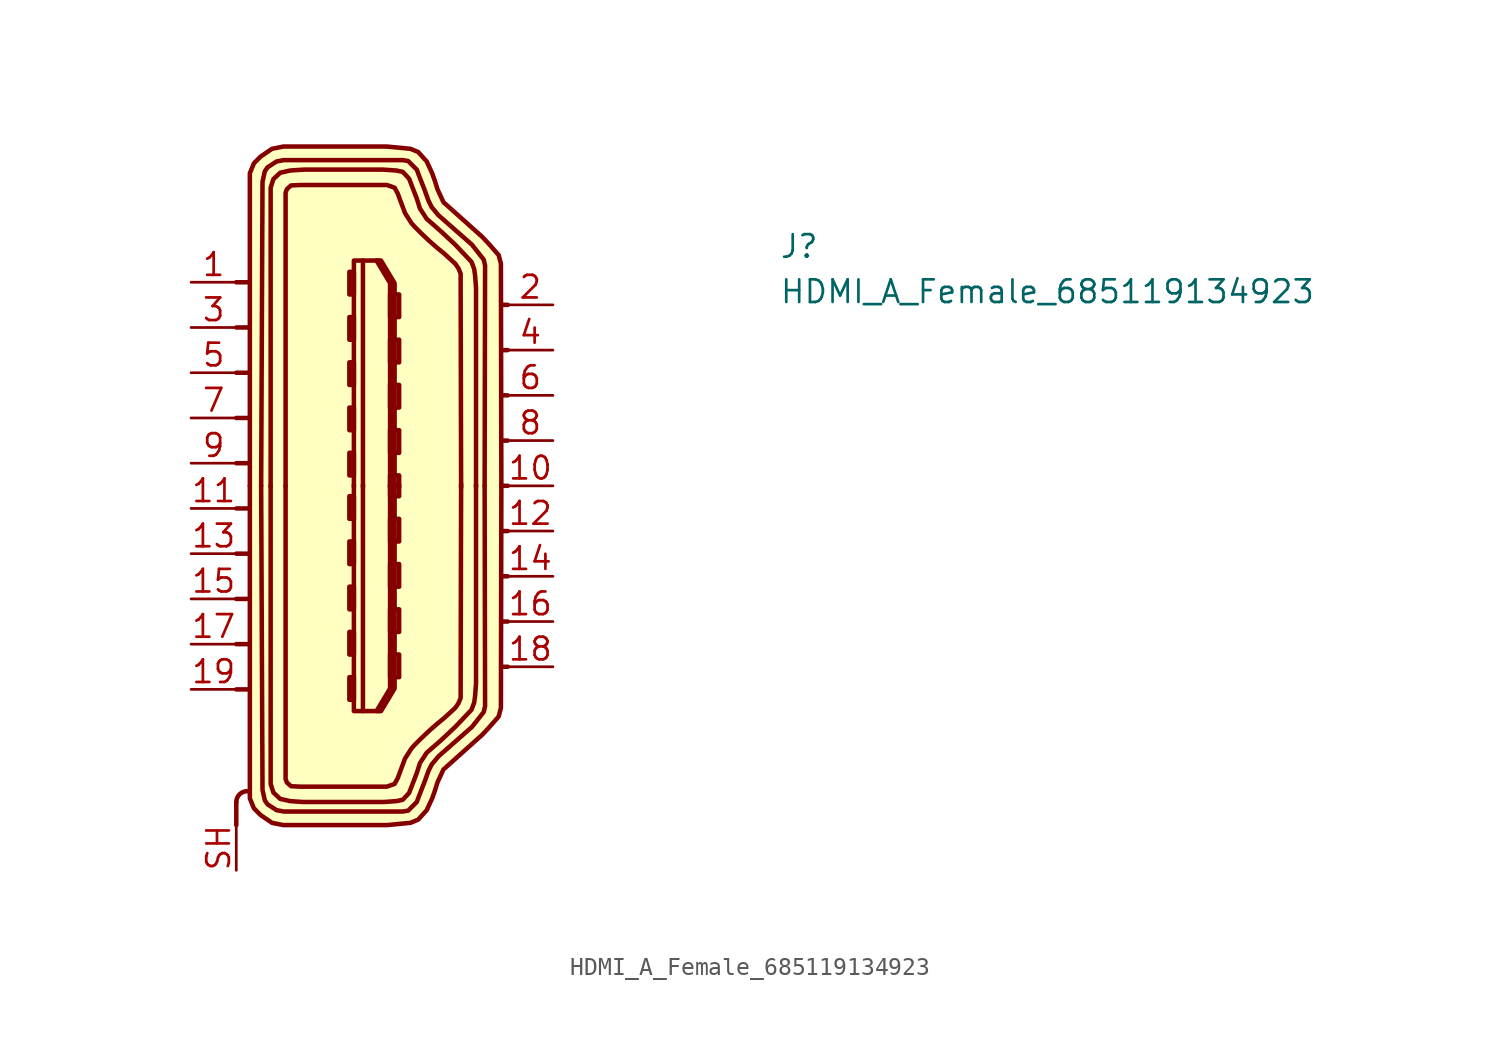
<source format=kicad_sym>
(kicad_symbol_lib
  (version 20211014)
  (generator kicad_symbol_editor)
  (symbol "HDMI_A_Female_685119134923"
    (property "Reference" "J"
      (at 33.02 1.27 0)
      (effects (font (size 1.27 1.27) (thickness 0.15)) (justify left bottom)))
    (property "Value" "HDMI_A_Female_685119134923"
      (at 33.02 -1.27 0)
      (effects (font (size 1.27 1.27) (thickness 0.15)) (justify left bottom)))
    (symbol "HDMI_A_Female_685119134923_1_1"
      (polyline (pts (xy 2.54 -29.21) (xy 2.54 -30.48)) (stroke (width 0.254) (type default) (color 0 0 0 0)) (fill (type none)))
      (polyline (pts (xy 3.175 -22.86) (xy 2.54 -22.86)) (stroke (width 0.254) (type default) (color 0 0 0 0)) (fill (type background)))
      (polyline (pts (xy 3.175 -20.32) (xy 2.54 -20.32)) (stroke (width 0.254) (type default) (color 0 0 0 0)) (fill (type background)))
      (polyline (pts (xy 3.175 -17.78) (xy 2.54 -17.78)) (stroke (width 0.254) (type default) (color 0 0 0 0)) (fill (type background)))
      (polyline (pts (xy 3.175 -15.24) (xy 2.54 -15.24)) (stroke (width 0.254) (type default) (color 0 0 0 0)) (fill (type background)))
      (polyline (pts (xy 3.175 -12.7) (xy 2.54 -12.7)) (stroke (width 0.254) (type default) (color 0 0 0 0)) (fill (type background)))
      (polyline (pts (xy 3.175 -10.16) (xy 2.54 -10.16)) (stroke (width 0.254) (type default) (color 0 0 0 0)) (fill (type background)))
      (polyline (pts (xy 3.175 -7.62) (xy 2.54 -7.62)) (stroke (width 0.254) (type default) (color 0 0 0 0)) (fill (type background)))
      (polyline (pts (xy 3.175 -5.08) (xy 2.54 -5.08)) (stroke (width 0.254) (type default) (color 0 0 0 0)) (fill (type background)))
      (polyline (pts (xy 3.175 -2.54) (xy 2.54 -2.54)) (stroke (width 0.254) (type default) (color 0 0 0 0)) (fill (type background)))
      (polyline (pts (xy 3.175 0) (xy 2.54 0)) (stroke (width 0.254) (type default) (color 0 0 0 0)) (fill (type background)))
      (polyline (pts (xy 9.652 -11.481) (xy 9.652 1.219)) (stroke (width 0.254) (type default) (color 0 0 0 0)) (fill (type background)))
      (polyline (pts (xy 9.652 -11.379) (xy 9.652 -24.079)) (stroke (width 0.254) (type default) (color 0 0 0 0)) (fill (type background)))
      (polyline (pts (xy 10.541 -24.079) (xy 11.303 -22.809)) (stroke (width 0.254) (type default) (color 0 0 0 0)) (fill (type background)))
      (polyline (pts (xy 10.541 1.219) (xy 11.303 -0.051)) (stroke (width 0.254) (type default) (color 0 0 0 0)) (fill (type background)))
      (polyline (pts (xy 11.303 -22.809) (xy 11.303 -11.379)) (stroke (width 0.254) (type default) (color 0 0 0 0)) (fill (type background)))
      (polyline (pts (xy 11.303 -0.051) (xy 11.303 -11.481)) (stroke (width 0.254) (type default) (color 0 0 0 0)) (fill (type background)))
      (polyline (pts (xy 17.78 -21.59) (xy 17.526 -21.59)) (stroke (width 0.254) (type default) (color 0 0 0 0)) (fill (type none)))
      (polyline (pts (xy 17.78 -19.05) (xy 17.526 -19.05)) (stroke (width 0.254) (type default) (color 0 0 0 0)) (fill (type none)))
      (polyline (pts (xy 17.78 -16.51) (xy 17.526 -16.51)) (stroke (width 0.254) (type default) (color 0 0 0 0)) (fill (type none)))
      (polyline (pts (xy 17.78 -13.97) (xy 17.526 -13.97)) (stroke (width 0.254) (type default) (color 0 0 0 0)) (fill (type none)))
      (polyline (pts (xy 17.78 -11.43) (xy 17.526 -11.43)) (stroke (width 0.254) (type default) (color 0 0 0 0)) (fill (type none)))
      (polyline (pts (xy 17.78 -8.89) (xy 17.526 -8.89)) (stroke (width 0.254) (type default) (color 0 0 0 0)) (fill (type none)))
      (polyline (pts (xy 17.78 -6.35) (xy 17.526 -6.35)) (stroke (width 0.254) (type default) (color 0 0 0 0)) (fill (type none)))
      (polyline (pts (xy 17.78 -3.81) (xy 17.526 -3.81)) (stroke (width 0.254) (type default) (color 0 0 0 0)) (fill (type none)))
      (polyline (pts (xy 17.78 -1.27) (xy 17.526 -1.27)) (stroke (width 0.254) (type default) (color 0 0 0 0)) (fill (type none)))
      (polyline (pts (xy 10.414 -24.079) (xy 11.176 -22.809) (xy 11.176 -11.379)) (stroke (width 0.254) (type default) (color 0 0 0 0)) (fill (type background)))
      (polyline (pts (xy 10.414 1.219) (xy 11.176 -0.051) (xy 11.176 -11.481)) (stroke (width 0.254) (type default) (color 0 0 0 0)) (fill (type background)))
      (polyline (pts (xy 9.144 -11.481) (xy 9.144 1.219) (xy 10.668 1.219) (xy 11.43 -0.051) (xy 11.43 -11.481)) (stroke (width 0.254) (type default) (color 0 0 0 0)) (fill (type background)))
      (polyline (pts (xy 9.144 -11.379) (xy 9.144 -24.079) (xy 10.668 -24.079) (xy 11.43 -22.809) (xy 11.43 -11.379)) (stroke (width 0.254) (type default) (color 0 0 0 0)) (fill (type background)))
      (polyline (pts (xy 3.937 -11.43) (xy 4.013 -28.499) (xy 4.14 -29.083) (xy 4.293 -29.312) (xy 4.801 -29.642) (xy 5.207 -29.718) (xy 6.553 -29.718) (xy 11.887 -29.718) (xy 12.192 -29.667) (xy 12.37 -29.489) (xy 12.675 -29.185) (xy 12.827 -28.778) (xy 13.106 -28.067) (xy 13.335 -27.432) (xy 13.513 -27.076) (xy 13.894 -26.619) (xy 15.773 -24.968) (xy 16.434 -24.13) (xy 16.51 -23.8) (xy 16.485 -11.43)) (stroke (width 0.254) (type default) (color 0 0 0 0)) (fill (type background)))
      (polyline (pts (xy 3.937 -11.43) (xy 4.013 5.639) (xy 4.14 6.223) (xy 4.293 6.452) (xy 4.801 6.782) (xy 5.207 6.858) (xy 6.553 6.858) (xy 11.887 6.858) (xy 12.192 6.807) (xy 12.37 6.629) (xy 12.675 6.325) (xy 12.827 5.918) (xy 13.106 5.207) (xy 13.335 4.572) (xy 13.513 4.216) (xy 13.894 3.759) (xy 15.773 2.108) (xy 16.434 1.27) (xy 16.51 0.94) (xy 16.485 -11.43)) (stroke (width 0.254) (type default) (color 0 0 0 0)) (fill (type background)))
      (polyline (pts (xy 17.424 -11.455) (xy 17.399 1.041) (xy 17.272 1.524) (xy 16.739 2.134) (xy 16.358 2.54) (xy 14.173 4.496) (xy 13.843 5.207) (xy 13.691 5.69) (xy 13.538 6.121) (xy 13.233 6.782) (xy 12.751 7.315) (xy 12.319 7.493) (xy 10.998 7.62) (xy 5.182 7.62) (xy 4.547 7.493) (xy 3.912 7.061) (xy 3.531 6.68) (xy 3.302 6.121) (xy 3.302 4.801) (xy 3.302 -11.43)) (stroke (width 0.254) (type default) (color 0 0 0 0)) (fill (type background)))
      (polyline (pts (xy 17.424 -11.405) (xy 17.399 -23.901) (xy 17.272 -24.384) (xy 16.739 -24.994) (xy 16.358 -25.4) (xy 14.173 -27.356) (xy 13.843 -28.067) (xy 13.691 -28.55) (xy 13.538 -28.981) (xy 13.233 -29.642) (xy 12.751 -30.175) (xy 12.319 -30.353) (xy 10.998 -30.48) (xy 5.182 -30.48) (xy 4.547 -30.353) (xy 3.912 -29.921) (xy 3.531 -29.54) (xy 3.302 -28.981) (xy 3.302 -27.661) (xy 3.302 -11.43)) (stroke (width 0.254) (type default) (color 0 0 0 0)) (fill (type background)))
      (polyline (pts (xy 4.47 -11.455) (xy 4.47 5.309) (xy 4.623 5.791) (xy 5.004 6.147) (xy 5.563 6.274) (xy 6.325 6.325) (xy 10.795 6.325) (xy 11.532 6.274) (xy 11.887 6.198) (xy 12.243 5.817) (xy 12.675 4.699) (xy 12.852 4.14) (xy 13.233 3.556) (xy 14.021 2.87) (xy 14.834 2.108) (xy 15.316 1.6) (xy 15.748 1.143) (xy 15.9 0.737) (xy 15.951 0.356) (xy 16.002 -0.33) (xy 16.002 -11.481)) (stroke (width 0.254) (type default) (color 0 0 0 0)) (fill (type background)))
      (polyline (pts (xy 4.47 -11.405) (xy 4.47 -28.169) (xy 4.623 -28.651) (xy 5.004 -29.007) (xy 5.563 -29.134) (xy 6.325 -29.185) (xy 10.795 -29.185) (xy 11.532 -29.134) (xy 11.887 -29.058) (xy 12.243 -28.677) (xy 12.675 -27.559) (xy 12.852 -27) (xy 13.233 -26.416) (xy 14.021 -25.73) (xy 14.834 -24.968) (xy 15.316 -24.46) (xy 15.748 -24.003) (xy 15.9 -23.597) (xy 15.951 -23.216) (xy 16.002 -22.53) (xy 16.002 -11.379)) (stroke (width 0.254) (type default) (color 0 0 0 0)) (fill (type background)))
      (polyline (pts (xy 5.309 -11.43) (xy 5.309 -27.889) (xy 5.385 -28.092) (xy 5.613 -28.296) (xy 6.121 -28.321) (xy 10.998 -28.321) (xy 11.43 -28.169) (xy 11.608 -27.838) (xy 11.862 -27.153) (xy 12.014 -26.746) (xy 12.37 -26.187) (xy 12.548 -25.984) (xy 12.751 -25.781) (xy 12.903 -25.629) (xy 13.386 -25.171) (xy 13.792 -24.816) (xy 14.224 -24.46) (xy 14.529 -24.181) (xy 14.834 -23.901) (xy 15.011 -23.647) (xy 15.138 -23.343) (xy 15.138 -22.962) (xy 15.164 -11.328)) (stroke (width 0.254) (type default) (color 0 0 0 0)) (fill (type background)))
      (polyline (pts (xy 5.309 -11.43) (xy 5.309 5.029) (xy 5.385 5.232) (xy 5.613 5.436) (xy 6.121 5.461) (xy 10.998 5.461) (xy 11.43 5.309) (xy 11.608 4.978) (xy 11.862 4.293) (xy 12.014 3.886) (xy 12.37 3.327) (xy 12.548 3.124) (xy 12.751 2.921) (xy 12.903 2.769) (xy 13.386 2.311) (xy 13.792 1.956) (xy 14.224 1.6) (xy 14.529 1.321) (xy 14.834 1.041) (xy 15.011 0.787) (xy 15.138 0.483) (xy 15.138 0.102) (xy 15.164 -11.532)) (stroke (width 0.254) (type default) (color 0 0 0 0)) (fill (type background)))
      (arc (start 3.175 -28.575) (mid 2.7175 -28.7592) (end 2.54 -29.21) (stroke (width 0.254) (type default) (color 0 0 0 0)) (fill (type none)))
      (rectangle (start 8.89 -23.444) (end 9.144 -22.174) (stroke (width 0.254) (type default) (color 0 0 0 0)) (fill (type background)))
      (rectangle (start 8.89 -20.904) (end 9.144 -19.634) (stroke (width 0.254) (type default) (color 0 0 0 0)) (fill (type background)))
      (rectangle (start 8.89 -18.364) (end 9.144 -17.094) (stroke (width 0.254) (type default) (color 0 0 0 0)) (fill (type background)))
      (rectangle (start 8.89 -15.824) (end 9.144 -14.554) (stroke (width 0.254) (type default) (color 0 0 0 0)) (fill (type background)))
      (rectangle (start 8.89 -13.284) (end 9.144 -12.014) (stroke (width 0.254) (type default) (color 0 0 0 0)) (fill (type background)))
      (rectangle (start 8.89 -9.576) (end 9.144 -10.846) (stroke (width 0.254) (type default) (color 0 0 0 0)) (fill (type background)))
      (rectangle (start 8.89 -7.036) (end 9.144 -8.306) (stroke (width 0.254) (type default) (color 0 0 0 0)) (fill (type background)))
      (rectangle (start 8.89 -4.496) (end 9.144 -5.766) (stroke (width 0.254) (type default) (color 0 0 0 0)) (fill (type background)))
      (rectangle (start 8.89 -1.956) (end 9.144 -3.226) (stroke (width 0.254) (type default) (color 0 0 0 0)) (fill (type background)))
      (rectangle (start 8.89 0.584) (end 9.144 -0.686) (stroke (width 0.254) (type default) (color 0 0 0 0)) (fill (type background)))
      (rectangle (start 11.176 -22.174) (end 11.684 -20.904) (stroke (width 0.254) (type default) (color 0 0 0 0)) (fill (type background)))
      (rectangle (start 11.176 -19.634) (end 11.684 -18.364) (stroke (width 0.254) (type default) (color 0 0 0 0)) (fill (type background)))
      (rectangle (start 11.176 -17.094) (end 11.684 -15.824) (stroke (width 0.254) (type default) (color 0 0 0 0)) (fill (type background)))
      (rectangle (start 11.176 -14.554) (end 11.684 -13.284) (stroke (width 0.254) (type default) (color 0 0 0 0)) (fill (type background)))
      (rectangle (start 11.176 -12.014) (end 11.684 -11.379) (stroke (width 0.254) (type default) (color 0 0 0 0)) (fill (type background)))
      (rectangle (start 11.176 -10.846) (end 11.684 -11.481) (stroke (width 0.254) (type default) (color 0 0 0 0)) (fill (type background)))
      (rectangle (start 11.176 -8.306) (end 11.684 -9.576) (stroke (width 0.254) (type default) (color 0 0 0 0)) (fill (type background)))
      (rectangle (start 11.176 -5.766) (end 11.684 -7.036) (stroke (width 0.254) (type default) (color 0 0 0 0)) (fill (type background)))
      (rectangle (start 11.176 -3.226) (end 11.684 -4.496) (stroke (width 0.254) (type default) (color 0 0 0 0)) (fill (type background)))
      (rectangle (start 11.176 -0.686) (end 11.684 -1.956) (stroke (width 0.254) (type default) (color 0 0 0 0)) (fill (type background)))
      (pin passive line (at 0 0 0) (length 2.54) (name "~" (effects (font (size 1.27 1.27)))) (number "1" (effects (font (size 1.27 1.27)))))
      (pin passive line (at 20.32 -11.43 180) (length 2.54) (name "~" (effects (font (size 1.27 1.27)))) (number "10" (effects (font (size 1.27 1.27)))))
      (pin passive line (at 0 -12.7 0) (length 2.54) (name "~" (effects (font (size 1.27 1.27)))) (number "11" (effects (font (size 1.27 1.27)))))
      (pin passive line (at 20.32 -13.97 180) (length 2.54) (name "~" (effects (font (size 1.27 1.27)))) (number "12" (effects (font (size 1.27 1.27)))))
      (pin passive line (at 0 -15.24 0) (length 2.54) (name "~" (effects (font (size 1.27 1.27)))) (number "13" (effects (font (size 1.27 1.27)))))
      (pin passive line (at 20.32 -16.51 180) (length 2.54) (name "~" (effects (font (size 1.27 1.27)))) (number "14" (effects (font (size 1.27 1.27)))))
      (pin passive line (at 0 -17.78 0) (length 2.54) (name "~" (effects (font (size 1.27 1.27)))) (number "15" (effects (font (size 1.27 1.27)))))
      (pin passive line (at 20.32 -19.05 180) (length 2.54) (name "~" (effects (font (size 1.27 1.27)))) (number "16" (effects (font (size 1.27 1.27)))))
      (pin passive line (at 0 -20.32 0) (length 2.54) (name "~" (effects (font (size 1.27 1.27)))) (number "17" (effects (font (size 1.27 1.27)))))
      (pin passive line (at 20.32 -21.59 180) (length 2.54) (name "~" (effects (font (size 1.27 1.27)))) (number "18" (effects (font (size 1.27 1.27)))))
      (pin passive line (at 0 -22.86 0) (length 2.54) (name "~" (effects (font (size 1.27 1.27)))) (number "19" (effects (font (size 1.27 1.27)))))
      (pin passive line (at 20.32 -1.27 180) (length 2.54) (name "~" (effects (font (size 1.27 1.27)))) (number "2" (effects (font (size 1.27 1.27)))))
      (pin passive line (at 0 -2.54 0) (length 2.54) (name "~" (effects (font (size 1.27 1.27)))) (number "3" (effects (font (size 1.27 1.27)))))
      (pin passive line (at 20.32 -3.81 180) (length 2.54) (name "~" (effects (font (size 1.27 1.27)))) (number "4" (effects (font (size 1.27 1.27)))))
      (pin passive line (at 0 -5.08 0) (length 2.54) (name "~" (effects (font (size 1.27 1.27)))) (number "5" (effects (font (size 1.27 1.27)))))
      (pin passive line (at 20.32 -6.35 180) (length 2.54) (name "~" (effects (font (size 1.27 1.27)))) (number "6" (effects (font (size 1.27 1.27)))))
      (pin passive line (at 0 -7.62 0) (length 2.54) (name "~" (effects (font (size 1.27 1.27)))) (number "7" (effects (font (size 1.27 1.27)))))
      (pin passive line (at 20.32 -8.89 180) (length 2.54) (name "~" (effects (font (size 1.27 1.27)))) (number "8" (effects (font (size 1.27 1.27)))))
      (pin passive line (at 0 -10.16 0) (length 2.54) (name "~" (effects (font (size 1.27 1.27)))) (number "9" (effects (font (size 1.27 1.27)))))
      (pin passive line (at 2.54 -33.02 90) (length 2.54) (name "~" (effects (font (size 1.27 1.27)))) (number "SH" (effects (font (size 1.27 1.27))))))))
</source>
